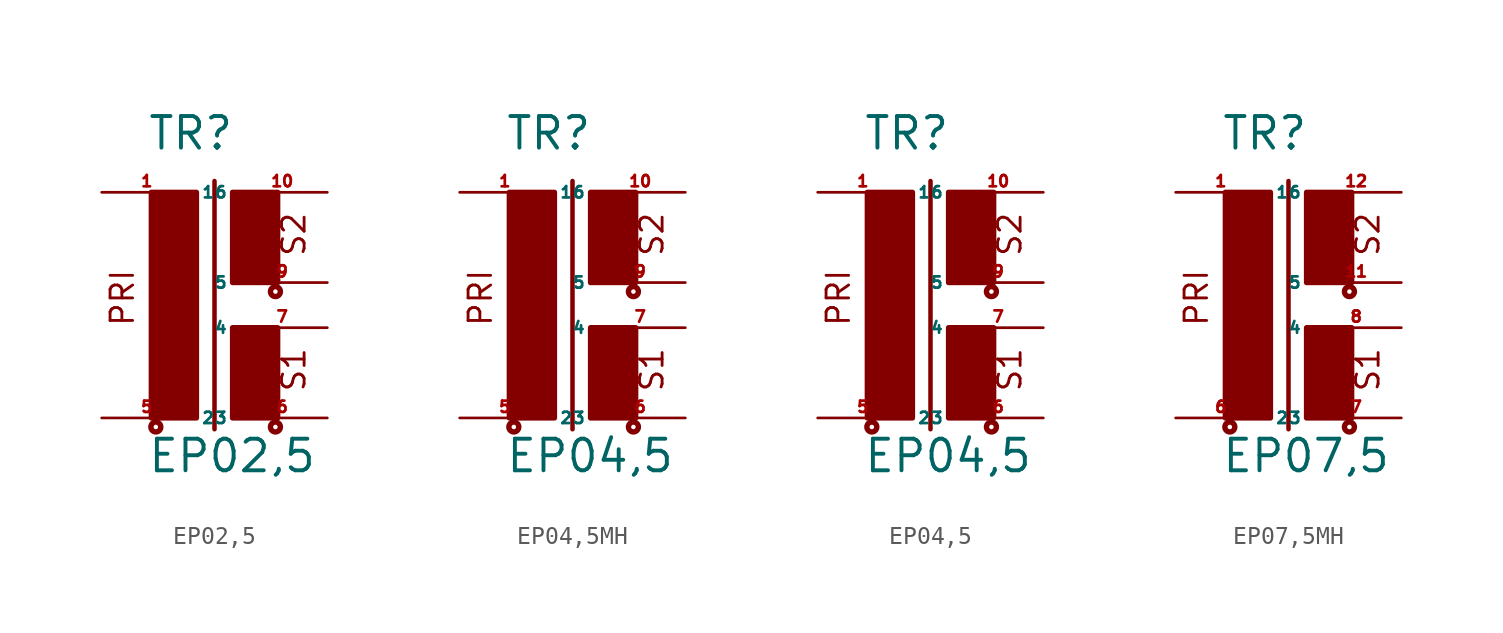
<source format=kicad_sym>
(kicad_symbol_lib
  (version 20220914)
  (generator Eagle2Kicad)
  (symbol "EP02,5"
    (property "Reference" "TR"
      (at -2.54 7.366 0)
      (effects (font (size 1.778 1.778) (thickness 0.22)) (justify left bottom)))
    (property "Value" "EP02,5"
      (at -2.54 -10.795 0)
      (effects (font (size 1.778 1.778) (thickness 0.22)) (justify left bottom)))
    (polyline
      (pts (xy 1.27 5.715) (xy 1.27 -8.255))
      (stroke (width 0.254) (type default))
      (fill (type none)))
    (text "PRI"
      (at -3.175 -2.54 900)
      (effects (font (size 1.27 1.27) (thickness 0.16)) (justify left bottom)))
    (text "S1"
      (at 6.477 -6.223 900)
      (effects (font (size 1.27 1.27) (thickness 0.16)) (justify left bottom)))
    (text "S2"
      (at 6.477 1.397 900)
      (effects (font (size 1.27 1.27) (thickness 0.16)) (justify left bottom)))
    (circle
      (center -2.032 -8.128)
      (radius 0.127)
      (stroke (width 0.305) (type default))
      (fill (type none)))
    (circle
      (center 4.699 -8.128)
      (radius 0.127)
      (stroke (width 0.305) (type default))
      (fill (type none)))
    (circle
      (center 4.699 -0.508)
      (radius 0.127)
      (stroke (width 0.305) (type default))
      (fill (type none)))
    (rectangle
      (start -2.286 -7.62)
      (end 0.254 5.08)
      (stroke (width 0.3) (type default))
      (fill (type outline)))
    (rectangle
      (start 2.286 0)
      (end 4.826 5.08)
      (stroke (width 0.3) (type default))
      (fill (type outline)))
    (rectangle
      (start 2.286 -7.62)
      (end 4.826 -2.54)
      (stroke (width 0.3) (type default))
      (fill (type outline)))
    (pin passive line
      (at -5.08 5.08 0)
      (length 5.08)
      (name "1" (effects (font (size 0.635 0.635) (thickness 0.08)) (justify left bottom)))
      (number "1" (effects (font (size 0.635 0.635) (thickness 0.08)) (justify left bottom))))
    (pin passive line
      (at -5.08 -7.62 0)
      (length 5.08)
      (name "2" (effects (font (size 0.635 0.635) (thickness 0.08)) (justify left bottom)))
      (number "5" (effects (font (size 0.635 0.635) (thickness 0.08)) (justify left bottom))))
    (pin passive line
      (at 7.62 -7.62 180)
      (length 5.08)
      (name "3" (effects (font (size 0.635 0.635) (thickness 0.08)) (justify left bottom)))
      (number "6" (effects (font (size 0.635 0.635) (thickness 0.08)) (justify left bottom))))
    (pin passive line
      (at 7.62 -2.54 180)
      (length 5.08)
      (name "4" (effects (font (size 0.635 0.635) (thickness 0.08)) (justify left bottom)))
      (number "7" (effects (font (size 0.635 0.635) (thickness 0.08)) (justify left bottom))))
    (pin passive line
      (at 7.62 0 180)
      (length 5.08)
      (name "5" (effects (font (size 0.635 0.635) (thickness 0.08)) (justify left bottom)))
      (number "9" (effects (font (size 0.635 0.635) (thickness 0.08)) (justify left bottom))))
    (pin passive line
      (at 7.62 5.08 180)
      (length 5.08)
      (name "6" (effects (font (size 0.635 0.635) (thickness 0.08)) (justify left bottom)))
      (number "10" (effects (font (size 0.635 0.635) (thickness 0.08)) (justify left bottom)))))
  (symbol "EP04,5MH"
    (property "Reference" "TR"
      (at -2.54 7.366 0)
      (effects (font (size 1.778 1.778) (thickness 0.22)) (justify left bottom)))
    (property "Value" "EP04,5"
      (at -2.54 -10.795 0)
      (effects (font (size 1.778 1.778) (thickness 0.22)) (justify left bottom)))
    (polyline
      (pts (xy 1.27 5.715) (xy 1.27 -8.255))
      (stroke (width 0.254) (type default))
      (fill (type none)))
    (text "PRI"
      (at -3.175 -2.54 900)
      (effects (font (size 1.27 1.27) (thickness 0.16)) (justify left bottom)))
    (text "S1"
      (at 6.477 -6.223 900)
      (effects (font (size 1.27 1.27) (thickness 0.16)) (justify left bottom)))
    (text "S2"
      (at 6.477 1.397 900)
      (effects (font (size 1.27 1.27) (thickness 0.16)) (justify left bottom)))
    (circle
      (center -2.032 -8.128)
      (radius 0.127)
      (stroke (width 0.305) (type default))
      (fill (type none)))
    (circle
      (center 4.699 -8.128)
      (radius 0.127)
      (stroke (width 0.305) (type default))
      (fill (type none)))
    (circle
      (center 4.699 -0.508)
      (radius 0.127)
      (stroke (width 0.305) (type default))
      (fill (type none)))
    (rectangle
      (start -2.286 -7.62)
      (end 0.254 5.08)
      (stroke (width 0.3) (type default))
      (fill (type outline)))
    (rectangle
      (start 2.286 0)
      (end 4.826 5.08)
      (stroke (width 0.3) (type default))
      (fill (type outline)))
    (rectangle
      (start 2.286 -7.62)
      (end 4.826 -2.54)
      (stroke (width 0.3) (type default))
      (fill (type outline)))
    (pin passive line
      (at -5.08 5.08 0)
      (length 5.08)
      (name "1" (effects (font (size 0.635 0.635) (thickness 0.08)) (justify left bottom)))
      (number "1" (effects (font (size 0.635 0.635) (thickness 0.08)) (justify left bottom))))
    (pin passive line
      (at -5.08 -7.62 0)
      (length 5.08)
      (name "2" (effects (font (size 0.635 0.635) (thickness 0.08)) (justify left bottom)))
      (number "5" (effects (font (size 0.635 0.635) (thickness 0.08)) (justify left bottom))))
    (pin passive line
      (at 7.62 -7.62 180)
      (length 5.08)
      (name "3" (effects (font (size 0.635 0.635) (thickness 0.08)) (justify left bottom)))
      (number "6" (effects (font (size 0.635 0.635) (thickness 0.08)) (justify left bottom))))
    (pin passive line
      (at 7.62 -2.54 180)
      (length 5.08)
      (name "4" (effects (font (size 0.635 0.635) (thickness 0.08)) (justify left bottom)))
      (number "7" (effects (font (size 0.635 0.635) (thickness 0.08)) (justify left bottom))))
    (pin passive line
      (at 7.62 0 180)
      (length 5.08)
      (name "5" (effects (font (size 0.635 0.635) (thickness 0.08)) (justify left bottom)))
      (number "9" (effects (font (size 0.635 0.635) (thickness 0.08)) (justify left bottom))))
    (pin passive line
      (at 7.62 5.08 180)
      (length 5.08)
      (name "6" (effects (font (size 0.635 0.635) (thickness 0.08)) (justify left bottom)))
      (number "10" (effects (font (size 0.635 0.635) (thickness 0.08)) (justify left bottom)))))
  (symbol "EP04,5"
    (property "Reference" "TR"
      (at -2.54 7.366 0)
      (effects (font (size 1.778 1.778) (thickness 0.22)) (justify left bottom)))
    (property "Value" "EP04,5"
      (at -2.54 -10.795 0)
      (effects (font (size 1.778 1.778) (thickness 0.22)) (justify left bottom)))
    (polyline
      (pts (xy 1.27 5.715) (xy 1.27 -8.255))
      (stroke (width 0.254) (type default))
      (fill (type none)))
    (text "PRI"
      (at -3.175 -2.54 900)
      (effects (font (size 1.27 1.27) (thickness 0.16)) (justify left bottom)))
    (text "S1"
      (at 6.477 -6.223 900)
      (effects (font (size 1.27 1.27) (thickness 0.16)) (justify left bottom)))
    (text "S2"
      (at 6.477 1.397 900)
      (effects (font (size 1.27 1.27) (thickness 0.16)) (justify left bottom)))
    (circle
      (center -2.032 -8.128)
      (radius 0.127)
      (stroke (width 0.305) (type default))
      (fill (type none)))
    (circle
      (center 4.699 -8.128)
      (radius 0.127)
      (stroke (width 0.305) (type default))
      (fill (type none)))
    (circle
      (center 4.699 -0.508)
      (radius 0.127)
      (stroke (width 0.305) (type default))
      (fill (type none)))
    (rectangle
      (start -2.286 -7.62)
      (end 0.254 5.08)
      (stroke (width 0.3) (type default))
      (fill (type outline)))
    (rectangle
      (start 2.286 0)
      (end 4.826 5.08)
      (stroke (width 0.3) (type default))
      (fill (type outline)))
    (rectangle
      (start 2.286 -7.62)
      (end 4.826 -2.54)
      (stroke (width 0.3) (type default))
      (fill (type outline)))
    (pin passive line
      (at -5.08 5.08 0)
      (length 5.08)
      (name "1" (effects (font (size 0.635 0.635) (thickness 0.08)) (justify left bottom)))
      (number "1" (effects (font (size 0.635 0.635) (thickness 0.08)) (justify left bottom))))
    (pin passive line
      (at -5.08 -7.62 0)
      (length 5.08)
      (name "2" (effects (font (size 0.635 0.635) (thickness 0.08)) (justify left bottom)))
      (number "5" (effects (font (size 0.635 0.635) (thickness 0.08)) (justify left bottom))))
    (pin passive line
      (at 7.62 -7.62 180)
      (length 5.08)
      (name "3" (effects (font (size 0.635 0.635) (thickness 0.08)) (justify left bottom)))
      (number "6" (effects (font (size 0.635 0.635) (thickness 0.08)) (justify left bottom))))
    (pin passive line
      (at 7.62 -2.54 180)
      (length 5.08)
      (name "4" (effects (font (size 0.635 0.635) (thickness 0.08)) (justify left bottom)))
      (number "7" (effects (font (size 0.635 0.635) (thickness 0.08)) (justify left bottom))))
    (pin passive line
      (at 7.62 0 180)
      (length 5.08)
      (name "5" (effects (font (size 0.635 0.635) (thickness 0.08)) (justify left bottom)))
      (number "9" (effects (font (size 0.635 0.635) (thickness 0.08)) (justify left bottom))))
    (pin passive line
      (at 7.62 5.08 180)
      (length 5.08)
      (name "6" (effects (font (size 0.635 0.635) (thickness 0.08)) (justify left bottom)))
      (number "10" (effects (font (size 0.635 0.635) (thickness 0.08)) (justify left bottom)))))
  (symbol "EP07,5MH"
    (property "Reference" "TR"
      (at -2.54 7.366 0)
      (effects (font (size 1.778 1.778) (thickness 0.22)) (justify left bottom)))
    (property "Value" "EP07,5"
      (at -2.54 -10.795 0)
      (effects (font (size 1.778 1.778) (thickness 0.22)) (justify left bottom)))
    (polyline
      (pts (xy 1.27 5.715) (xy 1.27 -8.255))
      (stroke (width 0.254) (type default))
      (fill (type none)))
    (text "PRI"
      (at -3.175 -2.54 900)
      (effects (font (size 1.27 1.27) (thickness 0.16)) (justify left bottom)))
    (text "S1"
      (at 6.477 -6.223 900)
      (effects (font (size 1.27 1.27) (thickness 0.16)) (justify left bottom)))
    (text "S2"
      (at 6.477 1.397 900)
      (effects (font (size 1.27 1.27) (thickness 0.16)) (justify left bottom)))
    (circle
      (center -2.032 -8.128)
      (radius 0.127)
      (stroke (width 0.305) (type default))
      (fill (type none)))
    (circle
      (center 4.699 -8.128)
      (radius 0.127)
      (stroke (width 0.305) (type default))
      (fill (type none)))
    (circle
      (center 4.699 -0.508)
      (radius 0.127)
      (stroke (width 0.305) (type default))
      (fill (type none)))
    (rectangle
      (start -2.286 -7.62)
      (end 0.254 5.08)
      (stroke (width 0.3) (type default))
      (fill (type outline)))
    (rectangle
      (start 2.286 0)
      (end 4.826 5.08)
      (stroke (width 0.3) (type default))
      (fill (type outline)))
    (rectangle
      (start 2.286 -7.62)
      (end 4.826 -2.54)
      (stroke (width 0.3) (type default))
      (fill (type outline)))
    (pin passive line
      (at -5.08 5.08 0)
      (length 5.08)
      (name "1" (effects (font (size 0.635 0.635) (thickness 0.08)) (justify left bottom)))
      (number "1" (effects (font (size 0.635 0.635) (thickness 0.08)) (justify left bottom))))
    (pin passive line
      (at -5.08 -7.62 0)
      (length 5.08)
      (name "2" (effects (font (size 0.635 0.635) (thickness 0.08)) (justify left bottom)))
      (number "6" (effects (font (size 0.635 0.635) (thickness 0.08)) (justify left bottom))))
    (pin passive line
      (at 7.62 -7.62 180)
      (length 5.08)
      (name "3" (effects (font (size 0.635 0.635) (thickness 0.08)) (justify left bottom)))
      (number "7" (effects (font (size 0.635 0.635) (thickness 0.08)) (justify left bottom))))
    (pin passive line
      (at 7.62 -2.54 180)
      (length 5.08)
      (name "4" (effects (font (size 0.635 0.635) (thickness 0.08)) (justify left bottom)))
      (number "8" (effects (font (size 0.635 0.635) (thickness 0.08)) (justify left bottom))))
    (pin passive line
      (at 7.62 0 180)
      (length 5.08)
      (name "5" (effects (font (size 0.635 0.635) (thickness 0.08)) (justify left bottom)))
      (number "11" (effects (font (size 0.635 0.635) (thickness 0.08)) (justify left bottom))))
    (pin passive line
      (at 7.62 5.08 180)
      (length 5.08)
      (name "6" (effects (font (size 0.635 0.635) (thickness 0.08)) (justify left bottom)))
      (number "12" (effects (font (size 0.635 0.635) (thickness 0.08)) (justify left bottom))))))
</source>
